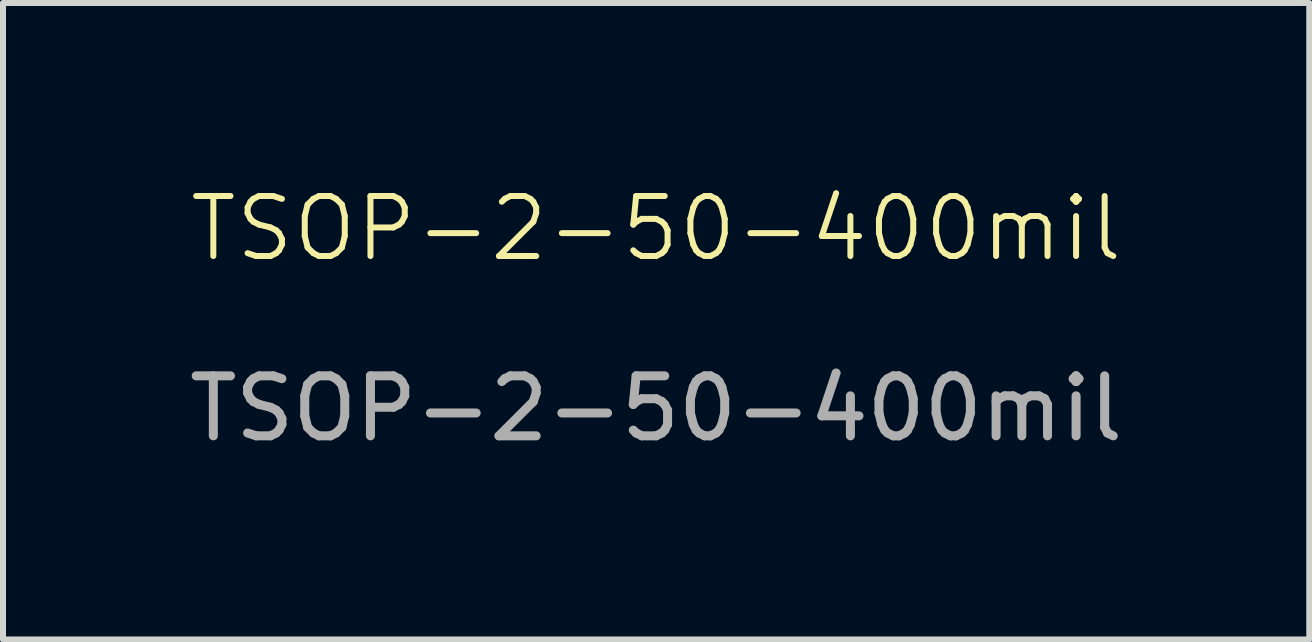
<source format=kicad_pcb>
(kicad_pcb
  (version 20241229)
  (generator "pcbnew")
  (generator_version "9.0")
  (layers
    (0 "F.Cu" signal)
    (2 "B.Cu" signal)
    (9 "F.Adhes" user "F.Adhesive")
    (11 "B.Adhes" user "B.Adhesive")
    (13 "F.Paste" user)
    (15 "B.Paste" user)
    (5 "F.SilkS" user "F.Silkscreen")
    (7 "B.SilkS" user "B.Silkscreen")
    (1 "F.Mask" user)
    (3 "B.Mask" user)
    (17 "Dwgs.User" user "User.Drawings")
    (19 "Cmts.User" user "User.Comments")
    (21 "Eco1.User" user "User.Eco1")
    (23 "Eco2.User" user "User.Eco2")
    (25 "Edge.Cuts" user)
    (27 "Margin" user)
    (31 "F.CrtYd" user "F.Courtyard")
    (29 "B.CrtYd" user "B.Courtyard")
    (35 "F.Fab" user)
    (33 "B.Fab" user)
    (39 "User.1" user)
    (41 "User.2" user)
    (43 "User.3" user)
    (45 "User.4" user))
  (footprint "TSOP-2-50-400mil"
    (layer "F.Cu")
    (at 7.887 1.26)
    (property "Reference" "TSOP-2-50-400mil" (at 0 -0.5 0) (unlocked yes) (layer "F.SilkS") (effects (font (size 1 1) (thickness 0.1))))
    (attr smd)
    (fp_text user "${REFERENCE}" (at 0 2.5 0) (unlocked yes) (layer "F.Fab") (effects (font (size 1 1) (thickness 0.15)))))
  (gr_rect
    (start -3 -3)
    (end 18.774 7.609)
    (stroke (width 0.1) (type default))
    (fill no)
    (layer "Edge.Cuts")))
</source>
